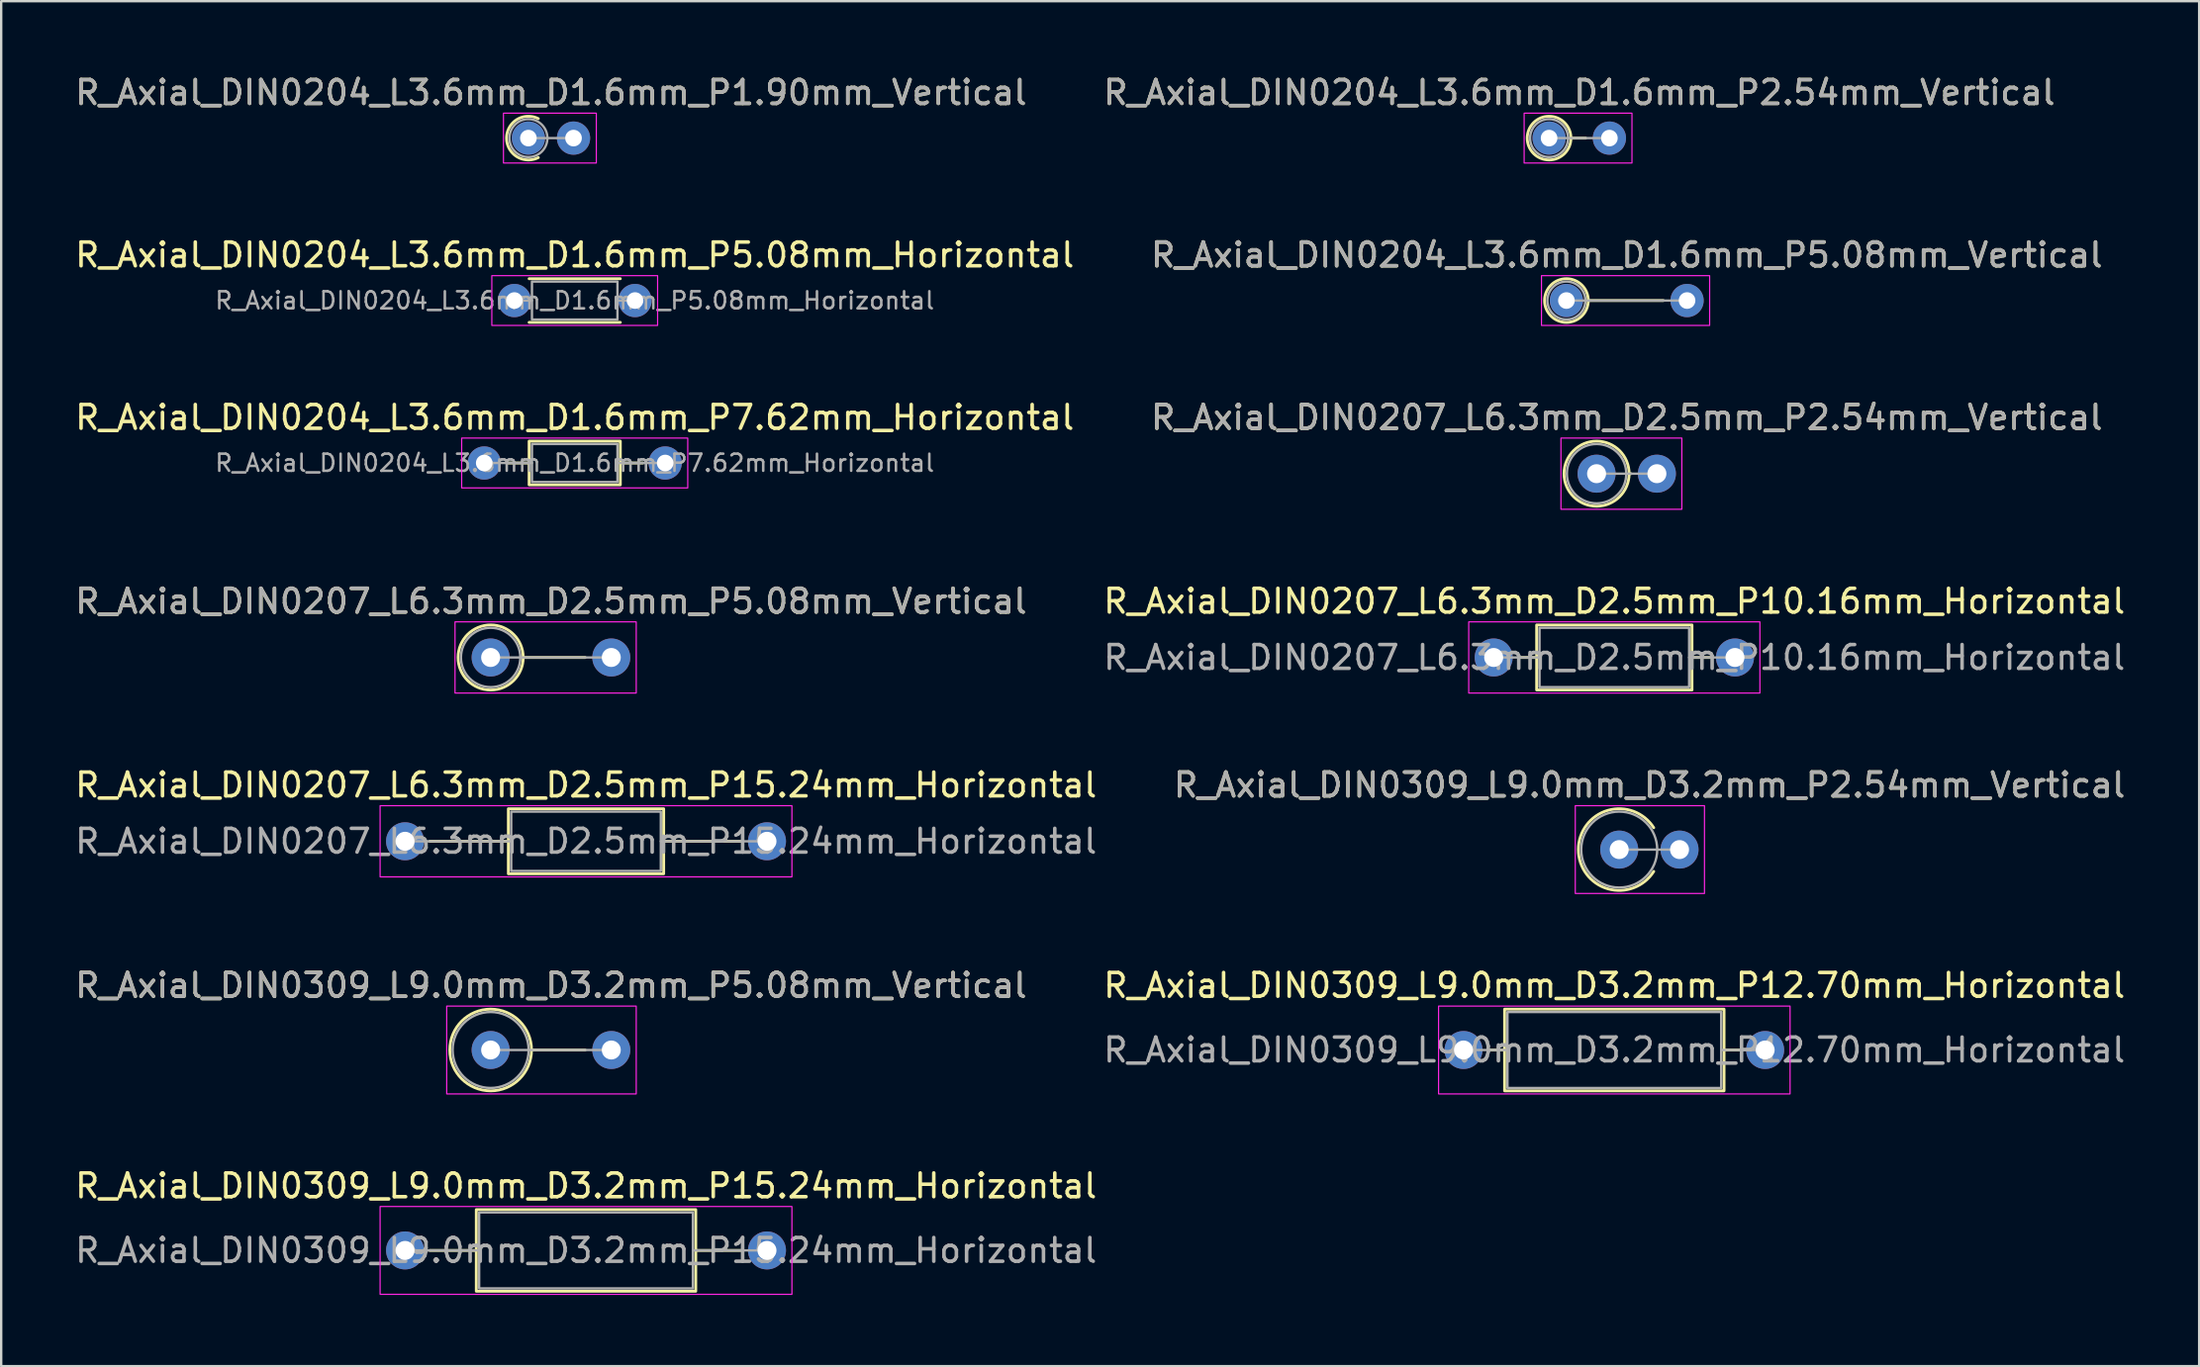
<source format=kicad_pcb>
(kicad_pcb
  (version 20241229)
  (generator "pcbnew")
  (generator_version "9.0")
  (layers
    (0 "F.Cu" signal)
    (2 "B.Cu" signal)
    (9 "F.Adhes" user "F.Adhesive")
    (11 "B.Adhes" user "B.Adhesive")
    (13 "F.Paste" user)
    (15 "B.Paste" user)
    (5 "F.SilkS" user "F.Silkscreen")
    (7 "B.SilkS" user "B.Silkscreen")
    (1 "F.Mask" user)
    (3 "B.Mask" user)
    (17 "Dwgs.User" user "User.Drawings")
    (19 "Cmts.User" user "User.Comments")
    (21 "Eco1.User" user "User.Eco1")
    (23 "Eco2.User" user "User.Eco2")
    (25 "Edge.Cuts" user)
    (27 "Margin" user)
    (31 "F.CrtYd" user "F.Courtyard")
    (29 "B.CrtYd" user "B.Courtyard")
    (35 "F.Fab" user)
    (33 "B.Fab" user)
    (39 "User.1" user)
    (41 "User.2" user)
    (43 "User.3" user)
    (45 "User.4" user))
  (footprint "R_Axial_DIN0309_L9.0mm_D3.2mm_P12.70mm_Horizontal"
    (layer "F.Cu")
    (at 58.573 41.184)
    (property "Reference" "R_Axial_DIN0309_L9.0mm_D3.2mm_P12.70mm_Horizontal" (at 6.35 -2.72 0) (layer "F.SilkS") (effects (font (size 1 1) (thickness 0.15))))
    (attr through_hole)
    (fp_line (start 1.04 0) (end 1.73 0) (stroke (width 0.12) (type solid)) (layer "F.SilkS"))
    (fp_line (start 11.66 0) (end 10.97 0) (stroke (width 0.12) (type solid)) (layer "F.SilkS"))
    (fp_rect (start 1.73 -1.72) (end 10.97 1.72) (stroke (width 0.12) (type solid)) (fill no) (layer "F.SilkS"))
    (fp_rect (start -1.05 -1.85) (end 13.75 1.85) (stroke (width 0.05) (type solid)) (fill no) (layer "F.CrtYd"))
    (fp_line (start 0 0) (end 1.85 0) (stroke (width 0.1) (type solid)) (layer "F.Fab"))
    (fp_line (start 12.7 0) (end 10.85 0) (stroke (width 0.1) (type solid)) (layer "F.Fab"))
    (fp_rect (start 1.85 -1.6) (end 10.85 1.6) (stroke (width 0.1) (type solid)) (fill no) (layer "F.Fab"))
    (fp_text user "${REFERENCE}" (at 6.35 0 0) (layer "F.Fab") (effects (font (size 1 1) (thickness 0.15))))
    (pad "1" thru_hole circle (at 0 0) (size 1.6 1.6) (drill 0.8) (layers "*.Cu" "*.Mask"))
    (pad "2" thru_hole circle (at 12.7 0) (size 1.6 1.6) (drill 0.8) (layers "*.Cu" "*.Mask")))
  (footprint "R_Axial_DIN0207_L6.3mm_D2.5mm_P5.08mm_Vertical"
    (layer "F.Cu")
    (at 17.609 24.648)
    (property "Reference" "R_Axial_DIN0207_L6.3mm_D2.5mm_P5.08mm_Vertical" (at 2.54 -2.37 0) (layer "F.SilkS") (effects (font (size 1 1) (thickness 0.15))))
    (attr through_hole)
    (fp_line (start 1.37 0) (end 3.98 0) (stroke (width 0.12) (type solid)) (layer "F.SilkS"))
    (fp_circle (center 0 0) (end 1.37 0) (stroke (width 0.12) (type solid)) (fill no) (layer "F.SilkS"))
    (fp_rect (start -1.5 -1.5) (end 6.13 1.5) (stroke (width 0.05) (type solid)) (fill no) (layer "F.CrtYd"))
    (fp_line (start 0 0) (end 5.08 0) (stroke (width 0.1) (type solid)) (layer "F.Fab"))
    (fp_circle (center 0 0) (end 1.25 0) (stroke (width 0.1) (type solid)) (fill no) (layer "F.Fab"))
    (fp_text user "${REFERENCE}" (at 2.54 -2.37 0) (layer "F.Fab") (effects (font (size 1 1) (thickness 0.15))))
    (pad "1" thru_hole circle (at 0 0) (size 1.6 1.6) (drill 0.8) (layers "*.Cu" "*.Mask"))
    (pad "2" thru_hole circle (at 5.08 0) (size 1.6 1.6) (drill 0.8) (layers "*.Cu" "*.Mask")))
  (footprint "R_Axial_DIN0204_L3.6mm_D1.6mm_P1.90mm_Vertical"
    (layer "F.Cu")
    (at 19.199 2.768)
    (property "Reference" "R_Axial_DIN0204_L3.6mm_D1.6mm_P1.90mm_Vertical" (at 0.95 -1.92 0) (layer "F.SilkS") (effects (font (size 1 1) (thickness 0.15))))
    (attr through_hole)
    (fp_arc (start 0.417133 0.82) (mid -0.92 0) (end 0.417133 -0.82) (stroke (width 0.12) (type solid)) (layer "F.SilkS"))
    (fp_rect (start -1.05 -1.05) (end 2.86 1.05) (stroke (width 0.05) (type solid)) (fill no) (layer "F.CrtYd"))
    (fp_line (start 0 0) (end 1.9 0) (stroke (width 0.1) (type solid)) (layer "F.Fab"))
    (fp_circle (center 0 0) (end 0.8 0) (stroke (width 0.1) (type solid)) (fill no) (layer "F.Fab"))
    (fp_text user "${REFERENCE}" (at 0.95 -1.92 0) (layer "F.Fab") (effects (font (size 1 1) (thickness 0.15))))
    (pad "1" thru_hole circle (at 0 0) (size 1.4 1.4) (drill 0.7) (layers "*.Cu" "*.Mask"))
    (pad "2" thru_hole circle (at 1.9 0) (size 1.4 1.4) (drill 0.7) (layers "*.Cu" "*.Mask")))
  (footprint "R_Axial_DIN0309_L9.0mm_D3.2mm_P5.08mm_Vertical"
    (layer "F.Cu")
    (at 17.609 41.184)
    (property "Reference" "R_Axial_DIN0309_L9.0mm_D3.2mm_P5.08mm_Vertical" (at 2.54 -2.72 0) (layer "F.SilkS") (effects (font (size 1 1) (thickness 0.15))))
    (attr through_hole)
    (fp_line (start 1.72 0) (end 3.98 0) (stroke (width 0.12) (type solid)) (layer "F.SilkS"))
    (fp_circle (center 0 0) (end 1.72 0) (stroke (width 0.12) (type solid)) (fill no) (layer "F.SilkS"))
    (fp_rect (start -1.85 -1.85) (end 6.13 1.85) (stroke (width 0.05) (type solid)) (fill no) (layer "F.CrtYd"))
    (fp_line (start 0 0) (end 5.08 0) (stroke (width 0.1) (type solid)) (layer "F.Fab"))
    (fp_circle (center 0 0) (end 1.6 0) (stroke (width 0.1) (type solid)) (fill no) (layer "F.Fab"))
    (fp_text user "${REFERENCE}" (at 2.54 -2.72 0) (layer "F.Fab") (effects (font (size 1 1) (thickness 0.15))))
    (pad "1" thru_hole circle (at 0 0) (size 1.6 1.6) (drill 0.8) (layers "*.Cu" "*.Mask"))
    (pad "2" thru_hole circle (at 5.08 0) (size 1.6 1.6) (drill 0.8) (layers "*.Cu" "*.Mask")))
  (footprint "R_Axial_DIN0207_L6.3mm_D2.5mm_P15.24mm_Horizontal"
    (layer "F.Cu")
    (at 14.005 32.391)
    (property "Reference" "R_Axial_DIN0207_L6.3mm_D2.5mm_P15.24mm_Horizontal" (at 7.62 -2.37 0) (layer "F.SilkS") (effects (font (size 1 1) (thickness 0.15))))
    (attr through_hole)
    (fp_line (start 1.04 0) (end 4.35 0) (stroke (width 0.12) (type solid)) (layer "F.SilkS"))
    (fp_line (start 14.2 0) (end 10.89 0) (stroke (width 0.12) (type solid)) (layer "F.SilkS"))
    (fp_rect (start 4.35 -1.37) (end 10.89 1.37) (stroke (width 0.12) (type solid)) (fill no) (layer "F.SilkS"))
    (fp_rect (start -1.05 -1.5) (end 16.29 1.5) (stroke (width 0.05) (type solid)) (fill no) (layer "F.CrtYd"))
    (fp_line (start 0 0) (end 4.47 0) (stroke (width 0.1) (type solid)) (layer "F.Fab"))
    (fp_line (start 15.24 0) (end 10.77 0) (stroke (width 0.1) (type solid)) (layer "F.Fab"))
    (fp_rect (start 4.47 -1.25) (end 10.77 1.25) (stroke (width 0.1) (type solid)) (fill no) (layer "F.Fab"))
    (fp_text user "${REFERENCE}" (at 7.62 0 0) (layer "F.Fab") (effects (font (size 1 1) (thickness 0.15))))
    (pad "1" thru_hole circle (at 0 0) (size 1.6 1.6) (drill 0.8) (layers "*.Cu" "*.Mask"))
    (pad "2" thru_hole circle (at 15.24 0) (size 1.6 1.6) (drill 0.8) (layers "*.Cu" "*.Mask")))
  (footprint "R_Axial_DIN0207_L6.3mm_D2.5mm_P2.54mm_Vertical"
    (layer "F.Cu")
    (at 64.176 16.905)
    (property "Reference" "R_Axial_DIN0207_L6.3mm_D2.5mm_P2.54mm_Vertical" (at 1.27 -2.37 0) (layer "F.SilkS") (effects (font (size 1 1) (thickness 0.15))))
    (attr through_hole)
    (fp_line (start 1.37 0) (end 1.44 0) (stroke (width 0.12) (type solid)) (layer "F.SilkS"))
    (fp_circle (center 0 0) (end 1.37 0) (stroke (width 0.12) (type solid)) (fill no) (layer "F.SilkS"))
    (fp_rect (start -1.5 -1.5) (end 3.59 1.5) (stroke (width 0.05) (type solid)) (fill no) (layer "F.CrtYd"))
    (fp_line (start 0 0) (end 2.54 0) (stroke (width 0.1) (type solid)) (layer "F.Fab"))
    (fp_circle (center 0 0) (end 1.25 0) (stroke (width 0.1) (type solid)) (fill no) (layer "F.Fab"))
    (fp_text user "${REFERENCE}" (at 1.27 -2.37 0) (layer "F.Fab") (effects (font (size 1 1) (thickness 0.15))))
    (pad "1" thru_hole circle (at 0 0) (size 1.6 1.6) (drill 0.8) (layers "*.Cu" "*.Mask"))
    (pad "2" thru_hole circle (at 2.54 0) (size 1.6 1.6) (drill 0.8) (layers "*.Cu" "*.Mask")))
  (footprint "R_Axial_DIN0204_L3.6mm_D1.6mm_P5.08mm_Horizontal"
    (layer "F.Cu")
    (at 18.609 9.611)
    (property "Reference" "R_Axial_DIN0204_L3.6mm_D1.6mm_P5.08mm_Horizontal" (at 2.54 -1.92 0) (layer "F.SilkS") (effects (font (size 1 1) (thickness 0.15))))
    (attr through_hole)
    (fp_line (start 0.62 -0.92) (end 4.46 -0.92) (stroke (width 0.12) (type solid)) (layer "F.SilkS"))
    (fp_line (start 0.62 0.92) (end 4.46 0.92) (stroke (width 0.12) (type solid)) (layer "F.SilkS"))
    (fp_rect (start -0.95 -1.05) (end 6.03 1.05) (stroke (width 0.05) (type solid)) (fill no) (layer "F.CrtYd"))
    (fp_line (start 0 0) (end 0.74 0) (stroke (width 0.1) (type solid)) (layer "F.Fab"))
    (fp_line (start 5.08 0) (end 4.34 0) (stroke (width 0.1) (type solid)) (layer "F.Fab"))
    (fp_rect (start 0.74 -0.8) (end 4.34 0.8) (stroke (width 0.1) (type solid)) (fill no) (layer "F.Fab"))
    (fp_text user "${REFERENCE}" (at 2.54 0 0) (layer "F.Fab") (effects (font (size 0.72 0.72) (thickness 0.108))))
    (pad "1" thru_hole circle (at 0 0) (size 1.4 1.4) (drill 0.7) (layers "*.Cu" "*.Mask"))
    (pad "2" thru_hole circle (at 5.08 0) (size 1.4 1.4) (drill 0.7) (layers "*.Cu" "*.Mask")))
  (footprint "R_Axial_DIN0309_L9.0mm_D3.2mm_P2.54mm_Vertical"
    (layer "F.Cu")
    (at 65.129 32.741)
    (property "Reference" "R_Axial_DIN0309_L9.0mm_D3.2mm_P2.54mm_Vertical" (at 1.27 -2.72 0) (layer "F.SilkS") (effects (font (size 1 1) (thickness 0.15))))
    (attr through_hole)
    (fp_arc (start 1.453272 0.92) (mid -1.72 0) (end 1.453272 -0.92) (stroke (width 0.12) (type solid)) (layer "F.SilkS"))
    (fp_rect (start -1.85 -1.85) (end 3.59 1.85) (stroke (width 0.05) (type solid)) (fill no) (layer "F.CrtYd"))
    (fp_line (start 0 0) (end 2.54 0) (stroke (width 0.1) (type solid)) (layer "F.Fab"))
    (fp_circle (center 0 0) (end 1.6 0) (stroke (width 0.1) (type solid)) (fill no) (layer "F.Fab"))
    (fp_text user "${REFERENCE}" (at 1.27 -2.72 0) (layer "F.Fab") (effects (font (size 1 1) (thickness 0.15))))
    (pad "1" thru_hole circle (at 0 0) (size 1.6 1.6) (drill 0.8) (layers "*.Cu" "*.Mask"))
    (pad "2" thru_hole circle (at 2.54 0) (size 1.6 1.6) (drill 0.8) (layers "*.Cu" "*.Mask")))
  (footprint "R_Axial_DIN0204_L3.6mm_D1.6mm_P7.62mm_Horizontal"
    (layer "F.Cu")
    (at 17.339 16.455)
    (property "Reference" "R_Axial_DIN0204_L3.6mm_D1.6mm_P7.62mm_Horizontal" (at 3.81 -1.92 0) (layer "F.SilkS") (effects (font (size 1 1) (thickness 0.15))))
    (attr through_hole)
    (fp_line (start 0.94 0) (end 1.89 0) (stroke (width 0.12) (type solid)) (layer "F.SilkS"))
    (fp_line (start 6.68 0) (end 5.73 0) (stroke (width 0.12) (type solid)) (layer "F.SilkS"))
    (fp_rect (start 1.89 -0.92) (end 5.73 0.92) (stroke (width 0.12) (type solid)) (fill no) (layer "F.SilkS"))
    (fp_rect (start -0.95 -1.05) (end 8.57 1.05) (stroke (width 0.05) (type solid)) (fill no) (layer "F.CrtYd"))
    (fp_line (start 0 0) (end 2.01 0) (stroke (width 0.1) (type solid)) (layer "F.Fab"))
    (fp_line (start 7.62 0) (end 5.61 0) (stroke (width 0.1) (type solid)) (layer "F.Fab"))
    (fp_rect (start 2.01 -0.8) (end 5.61 0.8) (stroke (width 0.1) (type solid)) (fill no) (layer "F.Fab"))
    (fp_text user "${REFERENCE}" (at 3.81 0 0) (layer "F.Fab") (effects (font (size 0.72 0.72) (thickness 0.108))))
    (pad "1" thru_hole circle (at 0 0) (size 1.4 1.4) (drill 0.7) (layers "*.Cu" "*.Mask"))
    (pad "2" thru_hole circle (at 7.62 0) (size 1.4 1.4) (drill 0.7) (layers "*.Cu" "*.Mask")))
  (footprint "R_Axial_DIN0204_L3.6mm_D1.6mm_P2.54mm_Vertical"
    (layer "F.Cu")
    (at 62.176 2.768)
    (property "Reference" "R_Axial_DIN0204_L3.6mm_D1.6mm_P2.54mm_Vertical" (at 1.27 -1.92 0) (layer "F.SilkS") (effects (font (size 1 1) (thickness 0.15))))
    (attr through_hole)
    (fp_line (start 0.92 0) (end 1.54 0) (stroke (width 0.12) (type solid)) (layer "F.SilkS"))
    (fp_circle (center 0 0) (end 0.92 0) (stroke (width 0.12) (type solid)) (fill no) (layer "F.SilkS"))
    (fp_rect (start -1.05 -1.05) (end 3.49 1.05) (stroke (width 0.05) (type solid)) (fill no) (layer "F.CrtYd"))
    (fp_line (start 0 0) (end 2.54 0) (stroke (width 0.1) (type solid)) (layer "F.Fab"))
    (fp_circle (center 0 0) (end 0.8 0) (stroke (width 0.1) (type solid)) (fill no) (layer "F.Fab"))
    (fp_text user "${REFERENCE}" (at 1.27 -1.92 0) (layer "F.Fab") (effects (font (size 1 1) (thickness 0.15))))
    (pad "1" thru_hole circle (at 0 0) (size 1.4 1.4) (drill 0.7) (layers "*.Cu" "*.Mask"))
    (pad "2" thru_hole circle (at 2.54 0) (size 1.4 1.4) (drill 0.7) (layers "*.Cu" "*.Mask")))
  (footprint "R_Axial_DIN0204_L3.6mm_D1.6mm_P5.08mm_Vertical"
    (layer "F.Cu")
    (at 62.906 9.611)
    (property "Reference" "R_Axial_DIN0204_L3.6mm_D1.6mm_P5.08mm_Vertical" (at 2.54 -1.92 0) (layer "F.SilkS") (effects (font (size 1 1) (thickness 0.15))))
    (attr through_hole)
    (fp_line (start 0.92 0) (end 4.08 0) (stroke (width 0.12) (type solid)) (layer "F.SilkS"))
    (fp_circle (center 0 0) (end 0.92 0) (stroke (width 0.12) (type solid)) (fill no) (layer "F.SilkS"))
    (fp_rect (start -1.05 -1.05) (end 6.03 1.05) (stroke (width 0.05) (type solid)) (fill no) (layer "F.CrtYd"))
    (fp_line (start 0 0) (end 5.08 0) (stroke (width 0.1) (type solid)) (layer "F.Fab"))
    (fp_circle (center 0 0) (end 0.8 0) (stroke (width 0.1) (type solid)) (fill no) (layer "F.Fab"))
    (fp_text user "${REFERENCE}" (at 2.54 -1.92 0) (layer "F.Fab") (effects (font (size 1 1) (thickness 0.15))))
    (pad "1" thru_hole circle (at 0 0) (size 1.4 1.4) (drill 0.7) (layers "*.Cu" "*.Mask"))
    (pad "2" thru_hole circle (at 5.08 0) (size 1.4 1.4) (drill 0.7) (layers "*.Cu" "*.Mask")))
  (footprint "R_Axial_DIN0309_L9.0mm_D3.2mm_P15.24mm_Horizontal"
    (layer "F.Cu")
    (at 14.005 49.628)
    (property "Reference" "R_Axial_DIN0309_L9.0mm_D3.2mm_P15.24mm_Horizontal" (at 7.62 -2.72 0) (layer "F.SilkS") (effects (font (size 1 1) (thickness 0.15))))
    (attr through_hole)
    (fp_line (start 1.04 0) (end 3 0) (stroke (width 0.12) (type solid)) (layer "F.SilkS"))
    (fp_line (start 14.2 0) (end 12.24 0) (stroke (width 0.12) (type solid)) (layer "F.SilkS"))
    (fp_rect (start 3 -1.72) (end 12.24 1.72) (stroke (width 0.12) (type solid)) (fill no) (layer "F.SilkS"))
    (fp_rect (start -1.05 -1.85) (end 16.29 1.85) (stroke (width 0.05) (type solid)) (fill no) (layer "F.CrtYd"))
    (fp_line (start 0 0) (end 3.12 0) (stroke (width 0.1) (type solid)) (layer "F.Fab"))
    (fp_line (start 15.24 0) (end 12.12 0) (stroke (width 0.1) (type solid)) (layer "F.Fab"))
    (fp_rect (start 3.12 -1.6) (end 12.12 1.6) (stroke (width 0.1) (type solid)) (fill no) (layer "F.Fab"))
    (fp_text user "${REFERENCE}" (at 7.62 0 0) (layer "F.Fab") (effects (font (size 1 1) (thickness 0.15))))
    (pad "1" thru_hole circle (at 0 0) (size 1.6 1.6) (drill 0.8) (layers "*.Cu" "*.Mask"))
    (pad "2" thru_hole circle (at 15.24 0) (size 1.6 1.6) (drill 0.8) (layers "*.Cu" "*.Mask")))
  (footprint "R_Axial_DIN0207_L6.3mm_D2.5mm_P10.16mm_Horizontal"
    (layer "F.Cu")
    (at 59.843 24.648)
    (property "Reference" "R_Axial_DIN0207_L6.3mm_D2.5mm_P10.16mm_Horizontal" (at 5.08 -2.37 0) (layer "F.SilkS") (effects (font (size 1 1) (thickness 0.15))))
    (attr through_hole)
    (fp_line (start 1.04 0) (end 1.81 0) (stroke (width 0.12) (type solid)) (layer "F.SilkS"))
    (fp_line (start 9.12 0) (end 8.35 0) (stroke (width 0.12) (type solid)) (layer "F.SilkS"))
    (fp_rect (start 1.81 -1.37) (end 8.35 1.37) (stroke (width 0.12) (type solid)) (fill no) (layer "F.SilkS"))
    (fp_rect (start -1.05 -1.5) (end 11.21 1.5) (stroke (width 0.05) (type solid)) (fill no) (layer "F.CrtYd"))
    (fp_line (start 0 0) (end 1.93 0) (stroke (width 0.1) (type solid)) (layer "F.Fab"))
    (fp_line (start 10.16 0) (end 8.23 0) (stroke (width 0.1) (type solid)) (layer "F.Fab"))
    (fp_rect (start 1.93 -1.25) (end 8.23 1.25) (stroke (width 0.1) (type solid)) (fill no) (layer "F.Fab"))
    (fp_text user "${REFERENCE}" (at 5.08 0 0) (layer "F.Fab") (effects (font (size 1 1) (thickness 0.15))))
    (pad "1" thru_hole circle (at 0 0) (size 1.6 1.6) (drill 0.8) (layers "*.Cu" "*.Mask"))
    (pad "2" thru_hole circle (at 10.16 0) (size 1.6 1.6) (drill 0.8) (layers "*.Cu" "*.Mask")))
  (gr_rect
    (start -3 -3)
    (end 89.548 54.503)
    (stroke (width 0.1) (type default))
    (fill no)
    (layer "Edge.Cuts")))
</source>
